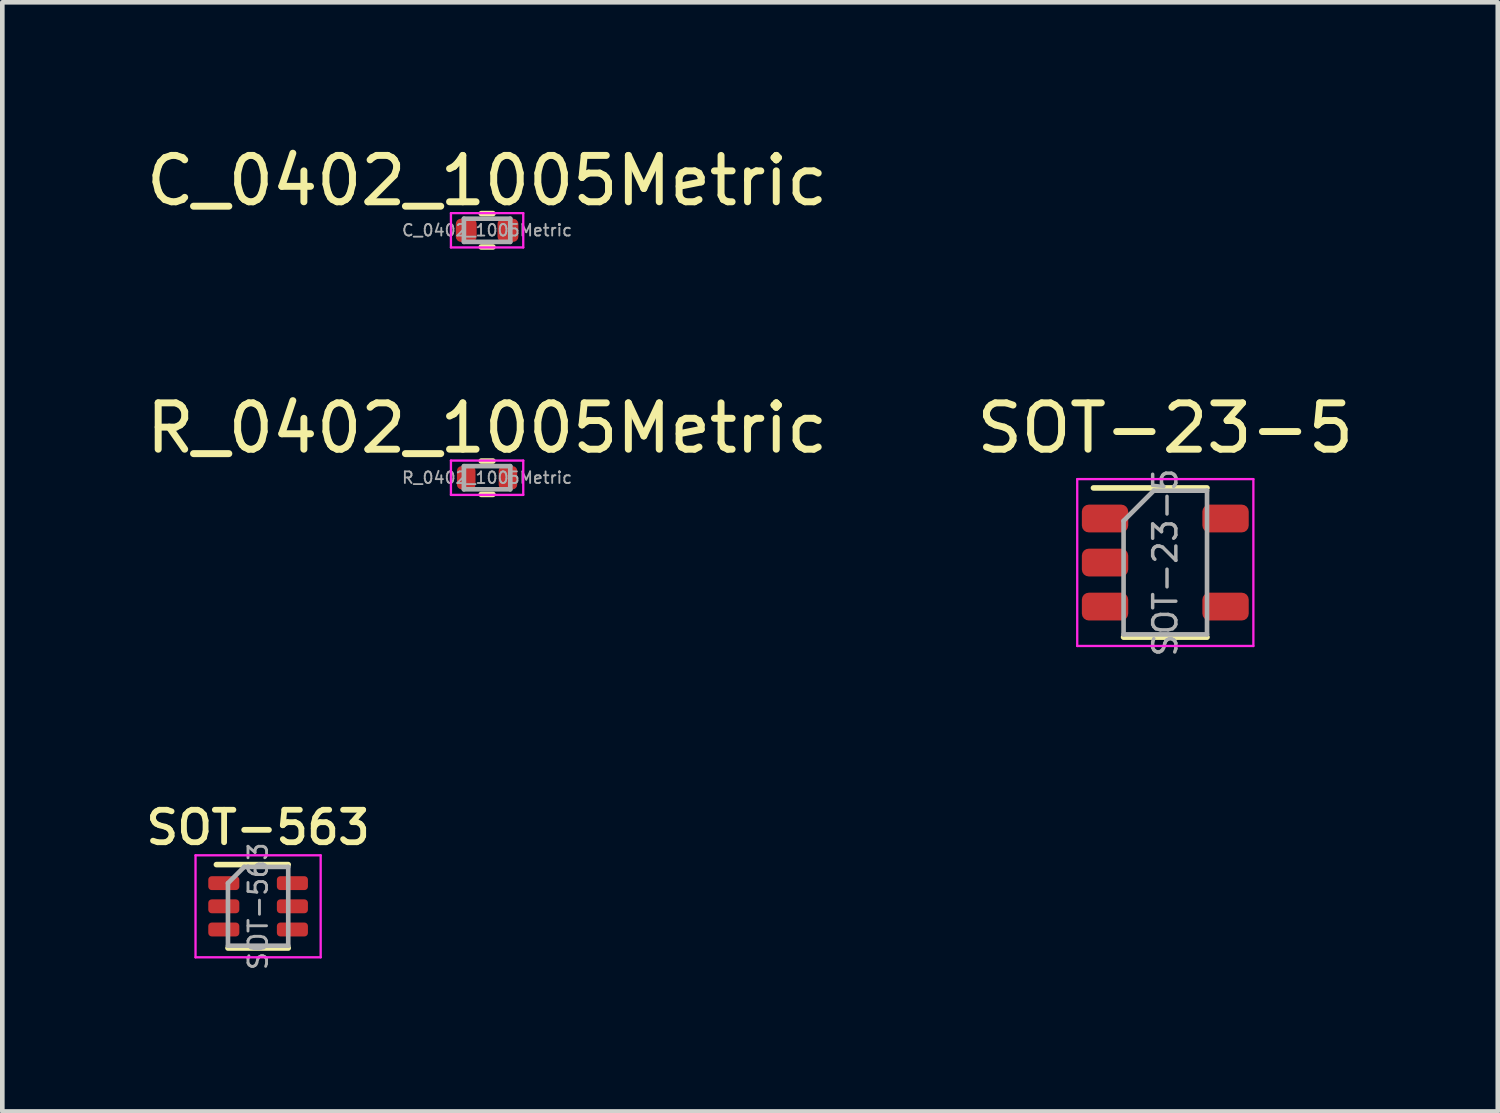
<source format=kicad_pcb>
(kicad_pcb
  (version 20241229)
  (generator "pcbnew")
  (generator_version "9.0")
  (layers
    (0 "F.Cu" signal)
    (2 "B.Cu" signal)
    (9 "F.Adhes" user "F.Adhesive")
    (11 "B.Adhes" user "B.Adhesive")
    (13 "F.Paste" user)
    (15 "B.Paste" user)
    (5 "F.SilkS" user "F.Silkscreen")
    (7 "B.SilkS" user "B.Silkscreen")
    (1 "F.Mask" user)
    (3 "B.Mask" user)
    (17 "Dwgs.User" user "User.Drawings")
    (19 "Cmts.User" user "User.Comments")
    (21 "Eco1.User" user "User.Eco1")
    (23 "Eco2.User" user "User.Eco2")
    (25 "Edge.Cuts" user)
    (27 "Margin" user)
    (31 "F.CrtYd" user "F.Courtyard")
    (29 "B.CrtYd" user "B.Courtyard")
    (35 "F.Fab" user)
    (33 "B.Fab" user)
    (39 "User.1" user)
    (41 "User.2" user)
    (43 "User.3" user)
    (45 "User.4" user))
  (footprint "R_0402_1005Metric"
    (layer "F.Cu")
    (at 7.458 7.256)
    (property "Reference" "R_0402_1005Metric" (at 0 -1.07 0) (layer "F.SilkS") (effects (font (size 1 1) (thickness 0.15))))
    (attr smd)
    (fp_line (start -0.126 -0.36) (end 0.126 -0.36) (stroke (width 0.12) (type solid)) (layer "F.SilkS"))
    (fp_line (start -0.126 0.36) (end 0.126 0.36) (stroke (width 0.12) (type solid)) (layer "F.SilkS"))
    (fp_line (start -0.78 -0.37) (end 0.78 -0.37) (stroke (width 0.05) (type solid)) (layer "F.CrtYd"))
    (fp_line (start -0.78 0.37) (end -0.78 -0.37) (stroke (width 0.05) (type solid)) (layer "F.CrtYd"))
    (fp_line (start 0.78 -0.37) (end 0.78 0.37) (stroke (width 0.05) (type solid)) (layer "F.CrtYd"))
    (fp_line (start 0.78 0.37) (end -0.78 0.37) (stroke (width 0.05) (type solid)) (layer "F.CrtYd"))
    (fp_line (start -0.5 -0.25) (end 0.5 -0.25) (stroke (width 0.1) (type solid)) (layer "F.Fab"))
    (fp_line (start -0.5 0.25) (end -0.5 -0.25) (stroke (width 0.1) (type solid)) (layer "F.Fab"))
    (fp_line (start 0.5 -0.25) (end 0.5 0.25) (stroke (width 0.1) (type solid)) (layer "F.Fab"))
    (fp_line (start 0.5 0.25) (end -0.5 0.25) (stroke (width 0.1) (type solid)) (layer "F.Fab"))
    (fp_text user "${REFERENCE}" (at 0 0 0) (layer "F.Fab") (effects (font (size 0.25 0.25) (thickness 0.04))))
    (pad "1" smd roundrect (at -0.45 0) (size 0.4 0.5) (layers "F.Cu" "F.Mask" "F.Paste") (roundrect_rratio 0.25))
    (pad "2" smd roundrect (at 0.45 0) (size 0.4 0.5) (layers "F.Cu" "F.Mask" "F.Paste") (roundrect_rratio 0.25)))
  (footprint "C_0402_1005Metric"
    (layer "F.Cu")
    (at 7.458 1.918)
    (property "Reference" "C_0402_1005Metric" (at 0 -1.07 0) (layer "F.SilkS") (effects (font (size 1 1) (thickness 0.15))))
    (attr smd)
    (fp_line (start -0.126 -0.36) (end 0.126 -0.36) (stroke (width 0.12) (type solid)) (layer "F.SilkS"))
    (fp_line (start -0.126 0.36) (end 0.126 0.36) (stroke (width 0.12) (type solid)) (layer "F.SilkS"))
    (fp_line (start -0.78 -0.37) (end 0.78 -0.37) (stroke (width 0.05) (type solid)) (layer "F.CrtYd"))
    (fp_line (start -0.78 0.37) (end -0.78 -0.37) (stroke (width 0.05) (type solid)) (layer "F.CrtYd"))
    (fp_line (start 0.78 -0.37) (end 0.78 0.37) (stroke (width 0.05) (type solid)) (layer "F.CrtYd"))
    (fp_line (start 0.78 0.37) (end -0.78 0.37) (stroke (width 0.05) (type solid)) (layer "F.CrtYd"))
    (fp_line (start -0.5 -0.25) (end 0.5 -0.25) (stroke (width 0.1) (type solid)) (layer "F.Fab"))
    (fp_line (start -0.5 0.25) (end -0.5 -0.25) (stroke (width 0.1) (type solid)) (layer "F.Fab"))
    (fp_line (start 0.5 -0.25) (end 0.5 0.25) (stroke (width 0.1) (type solid)) (layer "F.Fab"))
    (fp_line (start 0.5 0.25) (end -0.5 0.25) (stroke (width 0.1) (type solid)) (layer "F.Fab"))
    (fp_text user "${REFERENCE}" (at 0 0 0) (layer "F.Fab") (effects (font (size 0.25 0.25) (thickness 0.04))))
    (pad "1" smd roundrect (at -0.45 0) (size 0.45 0.5) (layers "F.Cu" "F.Mask" "F.Paste") (roundrect_rratio 0.25))
    (pad "2" smd roundrect (at 0.45 0) (size 0.45 0.5) (layers "F.Cu" "F.Mask" "F.Paste") (roundrect_rratio 0.25)))
  (footprint "SOT-563"
    (layer "F.Cu")
    (at 2.518 16.502)
    (property "Reference" "SOT-563" (at 0 -1.7 0) (layer "F.SilkS") (effects (font (size 0.7 0.7) (thickness 0.125))))
    (attr smd)
    (fp_line (start -0.9 -0.9) (end 0.65 -0.9) (stroke (width 0.12) (type solid)) (layer "F.SilkS"))
    (fp_line (start 0.65 0.9) (end -0.65 0.9) (stroke (width 0.12) (type solid)) (layer "F.SilkS"))
    (fp_line (start -1.35 -1.1) (end -1.35 1.1) (stroke (width 0.05) (type solid)) (layer "F.CrtYd"))
    (fp_line (start -1.35 -1.1) (end 1.35 -1.1) (stroke (width 0.05) (type solid)) (layer "F.CrtYd"))
    (fp_line (start 1.35 1.1) (end -1.35 1.1) (stroke (width 0.05) (type solid)) (layer "F.CrtYd"))
    (fp_line (start 1.35 1.1) (end 1.35 -1.1) (stroke (width 0.05) (type solid)) (layer "F.CrtYd"))
    (fp_line (start -0.65 -0.5) (end -0.65 0.85) (stroke (width 0.1) (type solid)) (layer "F.Fab"))
    (fp_line (start -0.65 -0.5) (end -0.3 -0.85) (stroke (width 0.1) (type solid)) (layer "F.Fab"))
    (fp_line (start -0.65 0.85) (end 0.65 0.85) (stroke (width 0.1) (type solid)) (layer "F.Fab"))
    (fp_line (start 0.65 -0.85) (end -0.3 -0.85) (stroke (width 0.1) (type solid)) (layer "F.Fab"))
    (fp_line (start 0.65 0.85) (end 0.65 -0.85) (stroke (width 0.1) (type solid)) (layer "F.Fab"))
    (fp_text user "${REFERENCE}" (at 0 0 90) (layer "F.Fab") (effects (font (size 0.4 0.4) (thickness 0.062))))
    (pad "1" smd roundrect (at -0.74 -0.5) (size 0.67 0.3) (layers "F.Cu" "F.Mask" "F.Paste") (roundrect_rratio 0.25))
    (pad "2" smd roundrect (at -0.74 0) (size 0.67 0.3) (layers "F.Cu" "F.Mask" "F.Paste") (roundrect_rratio 0.25))
    (pad "3" smd roundrect (at -0.74 0.5) (size 0.67 0.3) (layers "F.Cu" "F.Mask" "F.Paste") (roundrect_rratio 0.25))
    (pad "4" smd roundrect (at 0.74 0.5) (size 0.67 0.3) (layers "F.Cu" "F.Mask" "F.Paste") (roundrect_rratio 0.25))
    (pad "5" smd roundrect (at 0.74 0) (size 0.67 0.3) (layers "F.Cu" "F.Mask" "F.Paste") (roundrect_rratio 0.25))
    (pad "6" smd roundrect (at 0.74 -0.5) (size 0.67 0.3) (layers "F.Cu" "F.Mask" "F.Paste") (roundrect_rratio 0.25)))
  (footprint "SOT-23-5"
    (layer "F.Cu")
    (at 22.089 9.086)
    (property "Reference" "SOT-23-5" (at 0 -2.9 0) (layer "F.SilkS") (effects (font (size 1 1) (thickness 0.15))))
    (attr smd)
    (fp_line (start -0.9 1.61) (end 0.9 1.61) (stroke (width 0.12) (type solid)) (layer "F.SilkS"))
    (fp_line (start 0.9 -1.61) (end -1.55 -1.61) (stroke (width 0.12) (type solid)) (layer "F.SilkS"))
    (fp_line (start -1.9 -1.8) (end 1.9 -1.8) (stroke (width 0.05) (type solid)) (layer "F.CrtYd"))
    (fp_line (start -1.9 1.8) (end -1.9 -1.8) (stroke (width 0.05) (type solid)) (layer "F.CrtYd"))
    (fp_line (start 1.9 -1.8) (end 1.9 1.8) (stroke (width 0.05) (type solid)) (layer "F.CrtYd"))
    (fp_line (start 1.9 1.8) (end -1.9 1.8) (stroke (width 0.05) (type solid)) (layer "F.CrtYd"))
    (fp_line (start -0.9 -0.9) (end -0.9 1.55) (stroke (width 0.1) (type solid)) (layer "F.Fab"))
    (fp_line (start -0.9 -0.9) (end -0.25 -1.55) (stroke (width 0.1) (type solid)) (layer "F.Fab"))
    (fp_line (start 0.9 -1.55) (end -0.25 -1.55) (stroke (width 0.1) (type solid)) (layer "F.Fab"))
    (fp_line (start 0.9 -1.55) (end 0.9 1.55) (stroke (width 0.1) (type solid)) (layer "F.Fab"))
    (fp_line (start 0.9 1.55) (end -0.9 1.55) (stroke (width 0.1) (type solid)) (layer "F.Fab"))
    (fp_text user "${REFERENCE}" (at 0 0 90) (layer "F.Fab") (effects (font (size 0.5 0.5) (thickness 0.075))))
    (pad "1" smd roundrect (at -1.3 -0.95) (size 1 0.6) (layers "F.Cu" "F.Mask" "F.Paste") (roundrect_rratio 0.25))
    (pad "2" smd roundrect (at -1.3 0) (size 1 0.6) (layers "F.Cu" "F.Mask" "F.Paste") (roundrect_rratio 0.25))
    (pad "3" smd roundrect (at -1.3 0.95) (size 1 0.6) (layers "F.Cu" "F.Mask" "F.Paste") (roundrect_rratio 0.25))
    (pad "4" smd roundrect (at 1.3 0.95) (size 1 0.6) (layers "F.Cu" "F.Mask" "F.Paste") (roundrect_rratio 0.25))
    (pad "5" smd roundrect (at 1.3 -0.95) (size 1 0.6) (layers "F.Cu" "F.Mask" "F.Paste") (roundrect_rratio 0.25)))
  (gr_rect
    (start -3 -3)
    (end 29.262 20.927)
    (stroke (width 0.1) (type default))
    (fill no)
    (layer "Edge.Cuts")))
</source>
